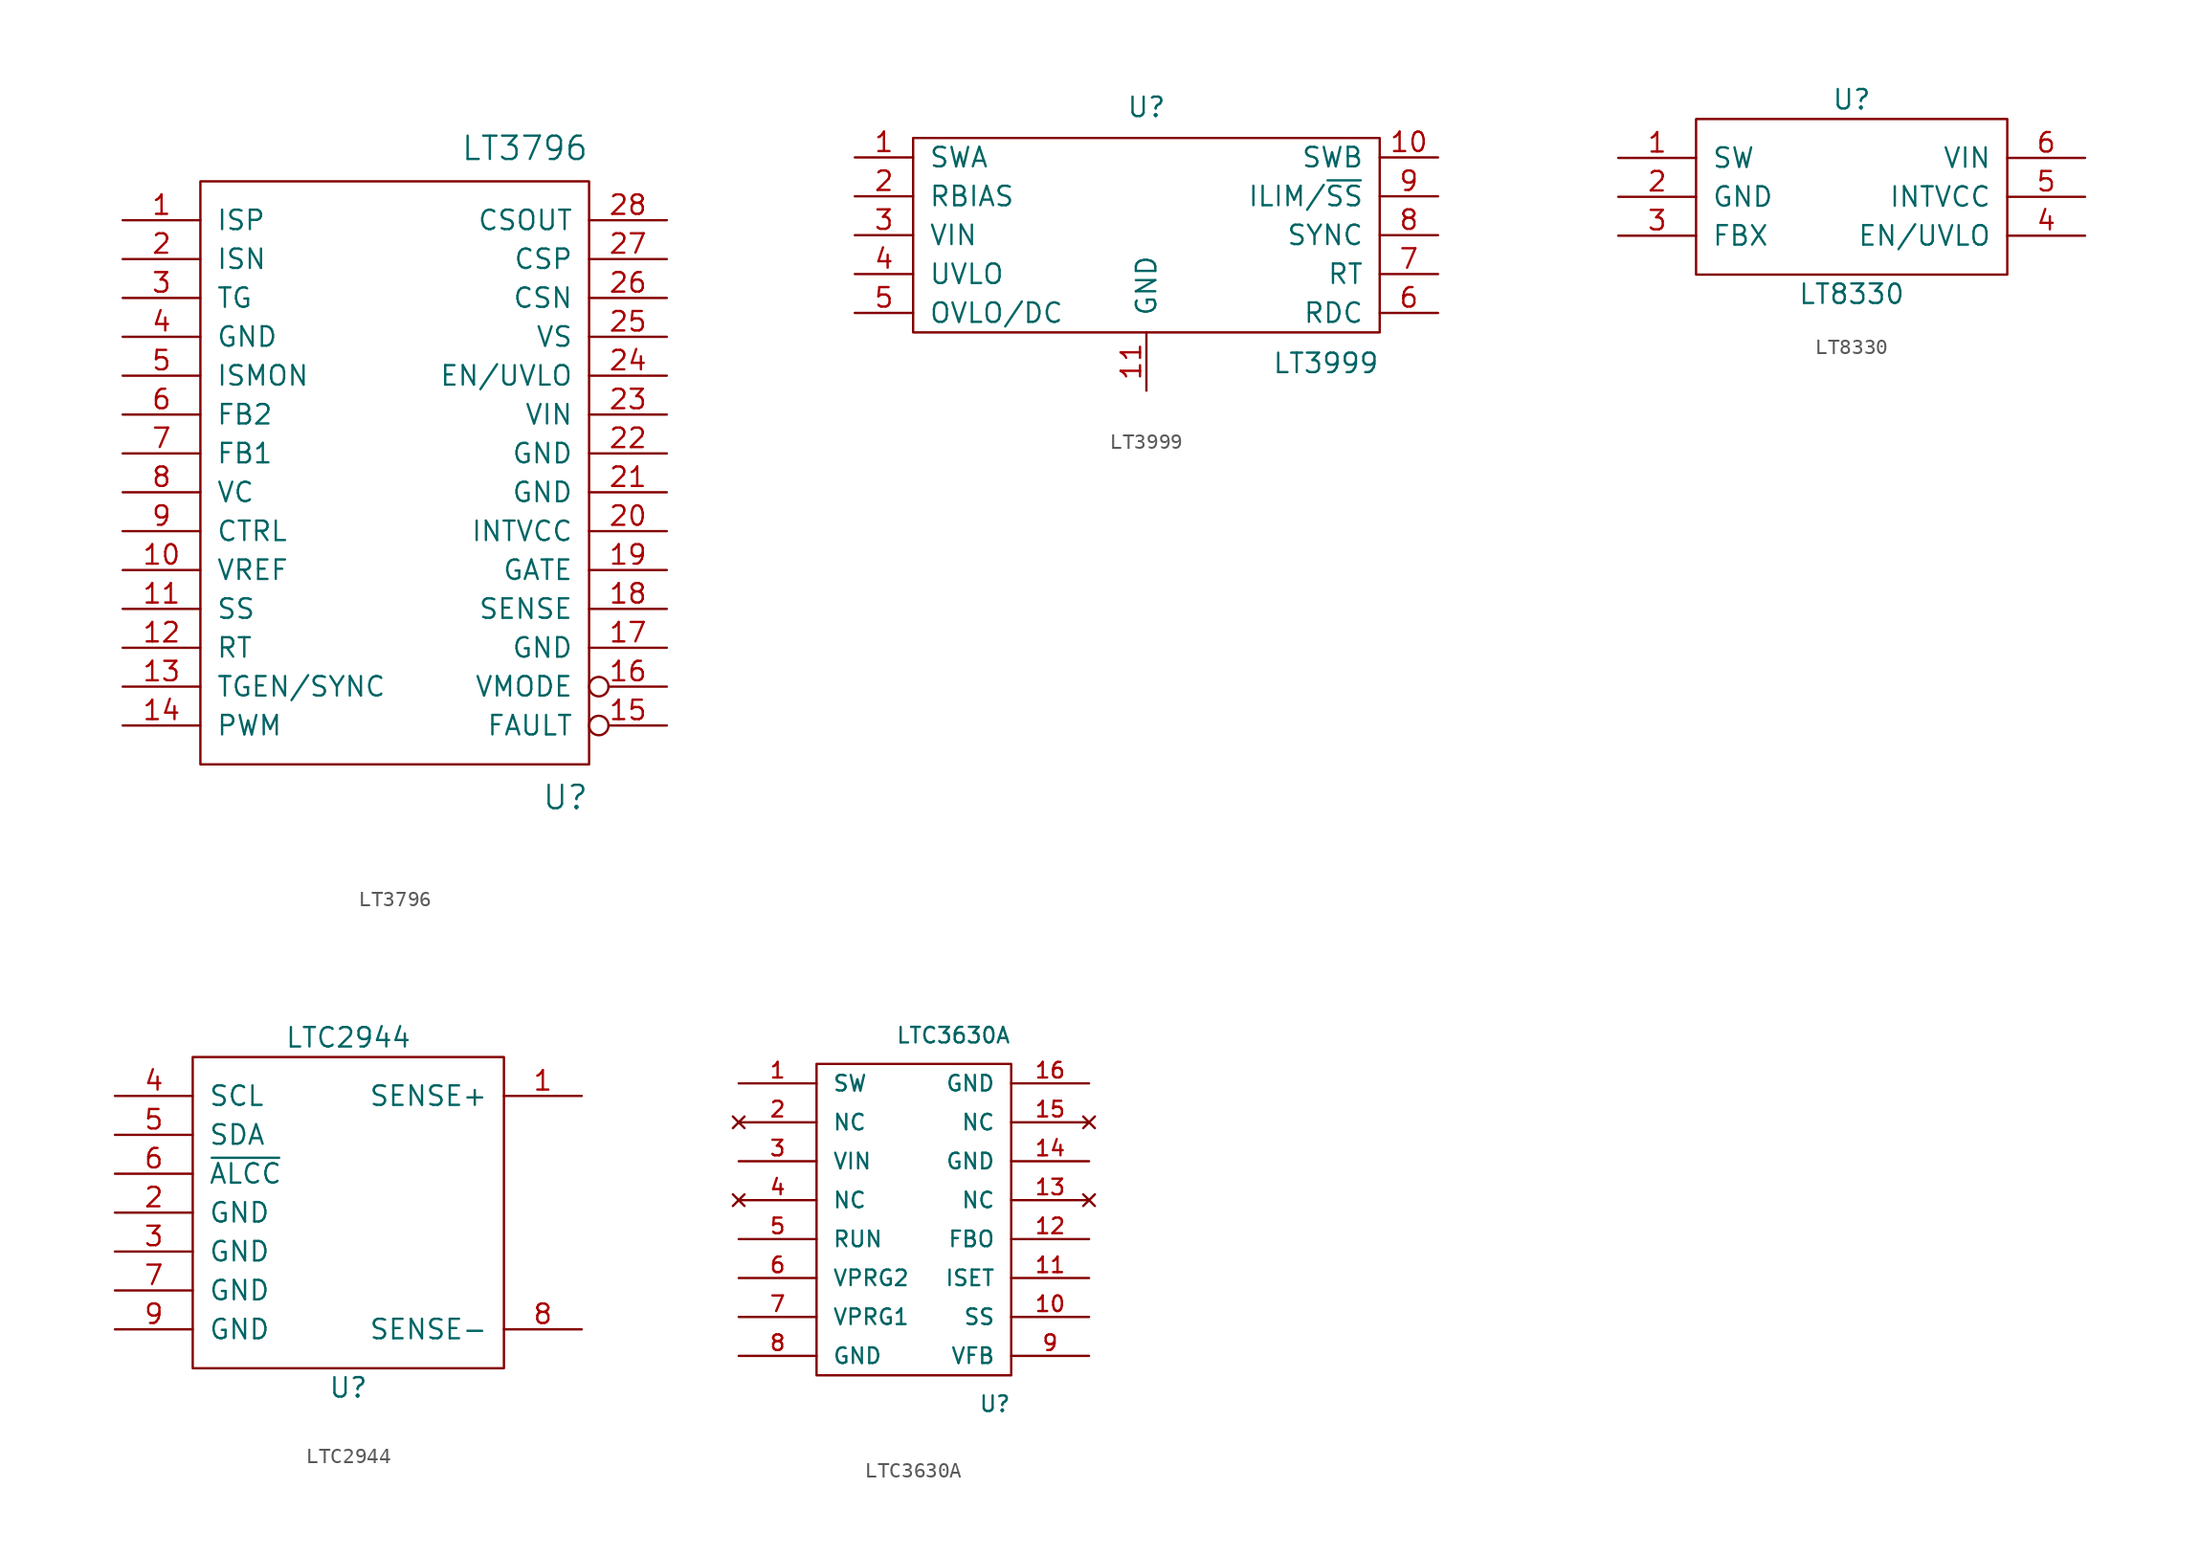
<source format=kicad_sym>
(kicad_symbol_lib
  (version 20211014)
  (generator kicad_symbol_editor)
  (symbol "LT3796"
    (pin_names
      (offset 1.016))
    (property "Reference" "U"
      (at 12.7 -20.32 0)
      (effects (font (size 1.524 1.524)) (justify right top)))
    (property "Value" "LT3796"
      (at 12.7 20.32 0)
      (effects (font (size 1.524 1.524)) (justify right bottom)))
    (property "Footprint" ""
      (at 0 0 0)
      (effects (font (size 1.524 1.524))))
    (property "Datasheet" ""
      (at 0 0 0)
      (effects (font (size 1.524 1.524))))
    (symbol "LT3796_0_1"
      (rectangle (start -12.7 19.05) (end 12.7 -19.05) (stroke (width 0) (type default) (color 0 0 0 0)) (fill (type none))))
    (symbol "LT3796_1_1"
      (pin input line (at -17.78 16.51 0) (length 5.08) (name "ISP" (effects (font (size 1.27 1.27)))) (number "1" (effects (font (size 1.27 1.27)))))
      (pin output line (at -17.78 -6.35 0) (length 5.08) (name "VREF" (effects (font (size 1.27 1.27)))) (number "10" (effects (font (size 1.27 1.27)))))
      (pin input line (at -17.78 -8.89 0) (length 5.08) (name "SS" (effects (font (size 1.27 1.27)))) (number "11" (effects (font (size 1.27 1.27)))))
      (pin input line (at -17.78 -11.43 0) (length 5.08) (name "RT" (effects (font (size 1.27 1.27)))) (number "12" (effects (font (size 1.27 1.27)))))
      (pin input line (at -17.78 -13.97 0) (length 5.08) (name "TGEN/SYNC" (effects (font (size 1.27 1.27)))) (number "13" (effects (font (size 1.27 1.27)))))
      (pin input line (at -17.78 -16.51 0) (length 5.08) (name "PWM" (effects (font (size 1.27 1.27)))) (number "14" (effects (font (size 1.27 1.27)))))
      (pin output inverted (at 17.78 -16.51 180) (length 5.08) (name "FAULT" (effects (font (size 1.27 1.27)))) (number "15" (effects (font (size 1.27 1.27)))))
      (pin output inverted (at 17.78 -13.97 180) (length 5.08) (name "VMODE" (effects (font (size 1.27 1.27)))) (number "16" (effects (font (size 1.27 1.27)))))
      (pin power_out line (at 17.78 -11.43 180) (length 5.08) (name "GND" (effects (font (size 1.27 1.27)))) (number "17" (effects (font (size 1.27 1.27)))))
      (pin input line (at 17.78 -8.89 180) (length 5.08) (name "SENSE" (effects (font (size 1.27 1.27)))) (number "18" (effects (font (size 1.27 1.27)))))
      (pin output line (at 17.78 -6.35 180) (length 5.08) (name "GATE" (effects (font (size 1.27 1.27)))) (number "19" (effects (font (size 1.27 1.27)))))
      (pin input line (at -17.78 13.97 0) (length 5.08) (name "ISN" (effects (font (size 1.27 1.27)))) (number "2" (effects (font (size 1.27 1.27)))))
      (pin power_out line (at 17.78 -3.81 180) (length 5.08) (name "INTVCC" (effects (font (size 1.27 1.27)))) (number "20" (effects (font (size 1.27 1.27)))))
      (pin power_out line (at 17.78 -1.27 180) (length 5.08) (name "GND" (effects (font (size 1.27 1.27)))) (number "21" (effects (font (size 1.27 1.27)))))
      (pin power_out line (at 17.78 1.27 180) (length 5.08) (name "GND" (effects (font (size 1.27 1.27)))) (number "22" (effects (font (size 1.27 1.27)))))
      (pin power_in line (at 17.78 3.81 180) (length 5.08) (name "VIN" (effects (font (size 1.27 1.27)))) (number "23" (effects (font (size 1.27 1.27)))))
      (pin input line (at 17.78 6.35 180) (length 5.08) (name "EN/UVLO" (effects (font (size 1.27 1.27)))) (number "24" (effects (font (size 1.27 1.27)))))
      (pin input line (at 17.78 8.89 180) (length 5.08) (name "VS" (effects (font (size 1.27 1.27)))) (number "25" (effects (font (size 1.27 1.27)))))
      (pin input line (at 17.78 11.43 180) (length 5.08) (name "CSN" (effects (font (size 1.27 1.27)))) (number "26" (effects (font (size 1.27 1.27)))))
      (pin input line (at 17.78 13.97 180) (length 5.08) (name "CSP" (effects (font (size 1.27 1.27)))) (number "27" (effects (font (size 1.27 1.27)))))
      (pin input line (at 17.78 16.51 180) (length 5.08) (name "CSOUT" (effects (font (size 1.27 1.27)))) (number "28" (effects (font (size 1.27 1.27)))))
      (pin input line (at -17.78 11.43 0) (length 5.08) (name "TG" (effects (font (size 1.27 1.27)))) (number "3" (effects (font (size 1.27 1.27)))))
      (pin power_out line (at -17.78 8.89 0) (length 5.08) (name "GND" (effects (font (size 1.27 1.27)))) (number "4" (effects (font (size 1.27 1.27)))))
      (pin output line (at -17.78 6.35 0) (length 5.08) (name "ISMON" (effects (font (size 1.27 1.27)))) (number "5" (effects (font (size 1.27 1.27)))))
      (pin input line (at -17.78 3.81 0) (length 5.08) (name "FB2" (effects (font (size 1.27 1.27)))) (number "6" (effects (font (size 1.27 1.27)))))
      (pin input line (at -17.78 1.27 0) (length 5.08) (name "FB1" (effects (font (size 1.27 1.27)))) (number "7" (effects (font (size 1.27 1.27)))))
      (pin output line (at -17.78 -1.27 0) (length 5.08) (name "VC" (effects (font (size 1.27 1.27)))) (number "8" (effects (font (size 1.27 1.27)))))
      (pin input line (at -17.78 -3.81 0) (length 5.08) (name "CTRL" (effects (font (size 1.27 1.27)))) (number "9" (effects (font (size 1.27 1.27)))))))
  (symbol "LT3999"
    (pin_names
      (offset 1.016))
    (property "Reference" "U"
      (at 0 7.62 0)
      (effects (font (size 1.27 1.27)) (justify bottom)))
    (property "Value" "LT3999"
      (at 15.24 -7.62 0)
      (effects (font (size 1.27 1.27)) (justify right top)))
    (symbol "LT3999_0_1"
      (rectangle (start -15.24 6.35) (end 15.24 -6.35) (stroke (width 0) (type default) (color 0 0 0 0)) (fill (type none))))
    (symbol "LT3999_1_1"
      (pin power_in line (at -19.05 5.08 0) (length 3.81) (name "SWA" (effects (font (size 1.27 1.27)))) (number "1" (effects (font (size 1.27 1.27)))))
      (pin power_in line (at 19.05 5.08 180) (length 3.81) (name "SWB" (effects (font (size 1.27 1.27)))) (number "10" (effects (font (size 1.27 1.27)))))
      (pin power_out line (at 0 -10.16 90) (length 3.81) (name "GND" (effects (font (size 1.27 1.27)))) (number "11" (effects (font (size 1.27 1.27)))))
      (pin input line (at -19.05 2.54 0) (length 3.81) (name "RBIAS" (effects (font (size 1.27 1.27)))) (number "2" (effects (font (size 1.27 1.27)))))
      (pin power_in line (at -19.05 0 0) (length 3.81) (name "VIN" (effects (font (size 1.27 1.27)))) (number "3" (effects (font (size 1.27 1.27)))))
      (pin input line (at -19.05 -2.54 0) (length 3.81) (name "UVLO" (effects (font (size 1.27 1.27)))) (number "4" (effects (font (size 1.27 1.27)))))
      (pin input line (at -19.05 -5.08 0) (length 3.81) (name "OVLO/DC" (effects (font (size 1.27 1.27)))) (number "5" (effects (font (size 1.27 1.27)))))
      (pin input line (at 19.05 -5.08 180) (length 3.81) (name "RDC" (effects (font (size 1.27 1.27)))) (number "6" (effects (font (size 1.27 1.27)))))
      (pin input line (at 19.05 -2.54 180) (length 3.81) (name "RT" (effects (font (size 1.27 1.27)))) (number "7" (effects (font (size 1.27 1.27)))))
      (pin input line (at 19.05 0 180) (length 3.81) (name "SYNC" (effects (font (size 1.27 1.27)))) (number "8" (effects (font (size 1.27 1.27)))))
      (pin input line (at 19.05 2.54 180) (length 3.81) (name "ILIM/~{SS}" (effects (font (size 1.27 1.27)))) (number "9" (effects (font (size 1.27 1.27)))))))
  (symbol "LT8330"
    (pin_names
      (offset 1.016))
    (property "Reference" "U"
      (at 0 6.35 0)
      (effects (font (size 1.27 1.27))))
    (property "Value" "LT8330"
      (at 0 -6.35 0)
      (effects (font (size 1.27 1.27))))
    (symbol "LT8330_0_1"
      (rectangle (start -10.16 5.08) (end 10.16 -5.08) (stroke (width 0) (type default) (color 0 0 0 0)) (fill (type none))))
    (symbol "LT8330_1_1"
      (pin power_in line (at -15.24 2.54 0) (length 5.08) (name "SW" (effects (font (size 1.27 1.27)))) (number "1" (effects (font (size 1.27 1.27)))))
      (pin power_out line (at -15.24 0 0) (length 5.08) (name "GND" (effects (font (size 1.27 1.27)))) (number "2" (effects (font (size 1.27 1.27)))))
      (pin input line (at -15.24 -2.54 0) (length 5.08) (name "FBX" (effects (font (size 1.27 1.27)))) (number "3" (effects (font (size 1.27 1.27)))))
      (pin input line (at 15.24 -2.54 180) (length 5.08) (name "EN/UVLO" (effects (font (size 1.27 1.27)))) (number "4" (effects (font (size 1.27 1.27)))))
      (pin power_out line (at 15.24 0 180) (length 5.08) (name "INTVCC" (effects (font (size 1.27 1.27)))) (number "5" (effects (font (size 1.27 1.27)))))
      (pin power_in line (at 15.24 2.54 180) (length 5.08) (name "VIN" (effects (font (size 1.27 1.27)))) (number "6" (effects (font (size 1.27 1.27)))))))
  (symbol "LTC2944"
    (pin_names
      (offset 1.016))
    (property "Reference" "U"
      (at 0 -11.43 0)
      (effects (font (size 1.27 1.27))))
    (property "Value" "LTC2944"
      (at 0 11.43 0)
      (effects (font (size 1.27 1.27))))
    (symbol "LTC2944_0_1"
      (rectangle (start -10.16 10.16) (end 10.16 -10.16) (stroke (width 0) (type default) (color 0 0 0 0)) (fill (type none))))
    (symbol "LTC2944_1_1"
      (pin input line (at 15.24 7.62 180) (length 5.08) (name "SENSE+" (effects (font (size 1.27 1.27)))) (number "1" (effects (font (size 1.27 1.27)))))
      (pin power_out line (at -15.24 0 0) (length 5.08) (name "GND" (effects (font (size 1.27 1.27)))) (number "2" (effects (font (size 1.27 1.27)))))
      (pin power_out line (at -15.24 -2.54 0) (length 5.08) (name "GND" (effects (font (size 1.27 1.27)))) (number "3" (effects (font (size 1.27 1.27)))))
      (pin bidirectional line (at -15.24 7.62 0) (length 5.08) (name "SCL" (effects (font (size 1.27 1.27)))) (number "4" (effects (font (size 1.27 1.27)))))
      (pin bidirectional line (at -15.24 5.08 0) (length 5.08) (name "SDA" (effects (font (size 1.27 1.27)))) (number "5" (effects (font (size 1.27 1.27)))))
      (pin bidirectional line (at -15.24 2.54 0) (length 5.08) (name "~{ALCC}" (effects (font (size 1.27 1.27)))) (number "6" (effects (font (size 1.27 1.27)))))
      (pin power_out line (at -15.24 -5.08 0) (length 5.08) (name "GND" (effects (font (size 1.27 1.27)))) (number "7" (effects (font (size 1.27 1.27)))))
      (pin input line (at 15.24 -7.62 180) (length 5.08) (name "SENSE-" (effects (font (size 1.27 1.27)))) (number "8" (effects (font (size 1.27 1.27)))))
      (pin input line (at -15.24 -7.62 0) (length 5.08) (name "GND" (effects (font (size 1.27 1.27)))) (number "9" (effects (font (size 1.27 1.27)))))))
  (symbol "LTC3630A"
    (pin_names
      (offset 1.016))
    (property "Reference" "U"
      (at 6.35 -11.43 0)
      (effects (font (size 1.016 1.016)) (justify right top)))
    (property "Value" "LTC3630A"
      (at 6.35 11.43 0)
      (effects (font (size 1.016 1.016)) (justify right bottom)))
    (property "Footprint" ""
      (at 0 0 0)
      (effects (font (size 1.016 1.016))))
    (property "Datasheet" ""
      (at 0 0 0)
      (effects (font (size 1.016 1.016))))
    (symbol "LTC3630A_0_1"
      (rectangle (start -6.35 10.16) (end 6.35 -10.16) (stroke (width 0) (type default) (color 0 0 0 0)) (fill (type none))))
    (symbol "LTC3630A_1_1"
      (pin power_in line (at -11.43 8.89 0) (length 5.08) (name "SW" (effects (font (size 1.016 1.016)))) (number "1" (effects (font (size 1.016 1.016)))))
      (pin input line (at 11.43 -6.35 180) (length 5.08) (name "SS" (effects (font (size 1.016 1.016)))) (number "10" (effects (font (size 1.016 1.016)))))
      (pin input line (at 11.43 -3.81 180) (length 5.08) (name "ISET" (effects (font (size 1.016 1.016)))) (number "11" (effects (font (size 1.016 1.016)))))
      (pin output line (at 11.43 -1.27 180) (length 5.08) (name "FBO" (effects (font (size 1.016 1.016)))) (number "12" (effects (font (size 1.016 1.016)))))
      (pin no_connect line (at 11.43 1.27 180) (length 5.08) (name "NC" (effects (font (size 1.016 1.016)))) (number "13" (effects (font (size 1.016 1.016)))))
      (pin power_out line (at 11.43 3.81 180) (length 5.08) (name "GND" (effects (font (size 1.016 1.016)))) (number "14" (effects (font (size 1.016 1.016)))))
      (pin no_connect line (at 11.43 6.35 180) (length 5.08) (name "NC" (effects (font (size 1.016 1.016)))) (number "15" (effects (font (size 1.016 1.016)))))
      (pin power_out line (at 11.43 8.89 180) (length 5.08) (name "GND" (effects (font (size 1.016 1.016)))) (number "16" (effects (font (size 1.016 1.016)))))
      (pin no_connect line (at -11.43 6.35 0) (length 5.08) (name "NC" (effects (font (size 1.016 1.016)))) (number "2" (effects (font (size 1.016 1.016)))))
      (pin power_in line (at -11.43 3.81 0) (length 5.08) (name "VIN" (effects (font (size 1.016 1.016)))) (number "3" (effects (font (size 1.016 1.016)))))
      (pin no_connect line (at -11.43 1.27 0) (length 5.08) (name "NC" (effects (font (size 1.016 1.016)))) (number "4" (effects (font (size 1.016 1.016)))))
      (pin output line (at -11.43 -1.27 0) (length 5.08) (name "RUN" (effects (font (size 1.016 1.016)))) (number "5" (effects (font (size 1.016 1.016)))))
      (pin input line (at -11.43 -3.81 0) (length 5.08) (name "VPRG2" (effects (font (size 1.016 1.016)))) (number "6" (effects (font (size 1.016 1.016)))))
      (pin input line (at -11.43 -6.35 0) (length 5.08) (name "VPRG1" (effects (font (size 1.016 1.016)))) (number "7" (effects (font (size 1.016 1.016)))))
      (pin power_out line (at -11.43 -8.89 0) (length 5.08) (name "GND" (effects (font (size 1.016 1.016)))) (number "8" (effects (font (size 1.016 1.016)))))
      (pin input line (at 11.43 -8.89 180) (length 5.08) (name "VFB" (effects (font (size 1.016 1.016)))) (number "9" (effects (font (size 1.016 1.016))))))))
</source>
